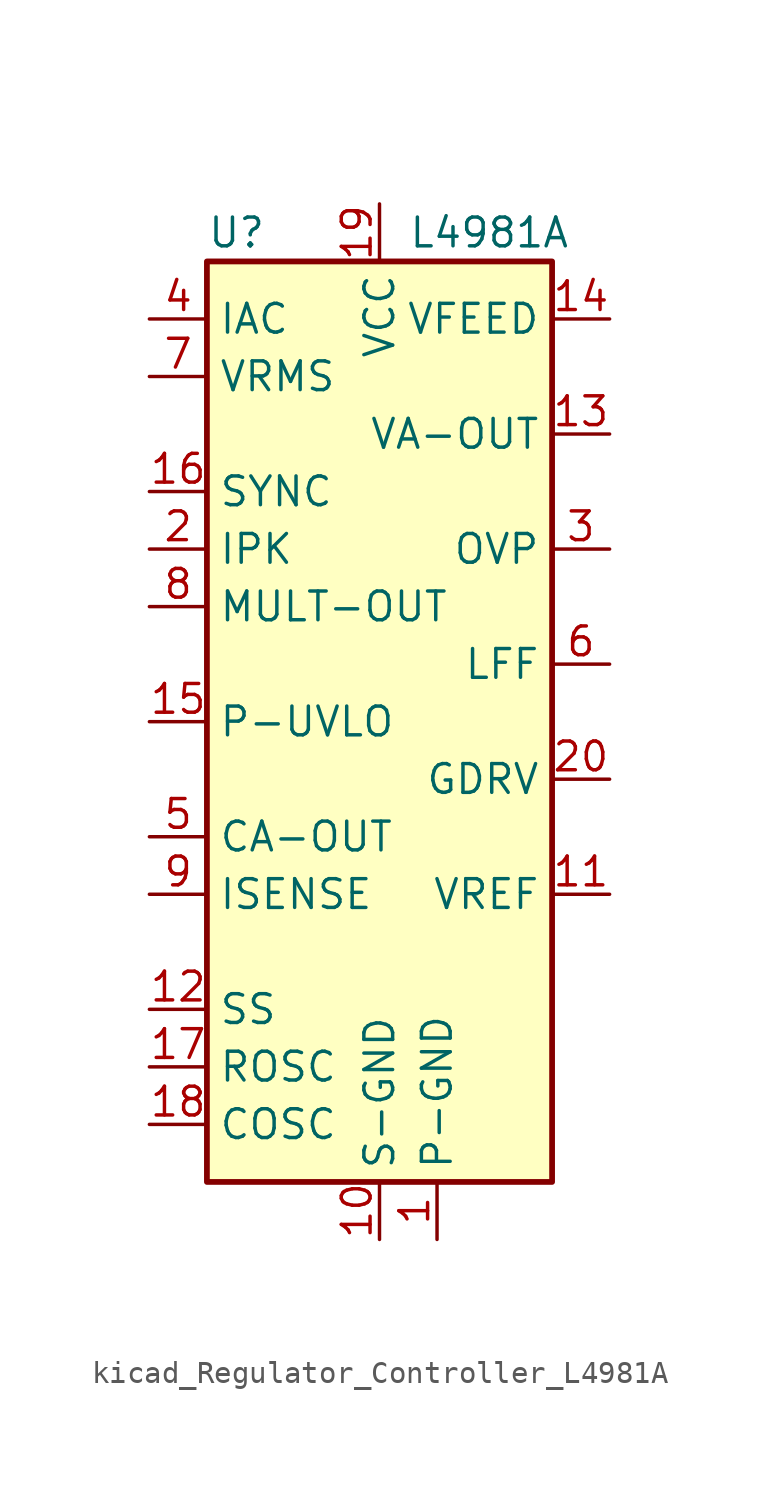
<source format=kicad_sym>
(kicad_symbol_lib
  (version 20220914)
  (generator kicad_symbol_editor)
  (symbol "kicad_Regulator_Controller_L4981A"
    (property "Reference" "U"
      (at -7.62 21.59 0)
      (effects (font (size 1.27 1.27)) (justify left)))
    (property "Value" "L4981A"
      (at 1.27 21.59 0)
      (effects (font (size 1.27 1.27)) (justify left)))
    (symbol "kicad_Regulator_Controller_L4981A_0_0"
      (rectangle (start -7.62 20.32) (end 7.62 -20.32) (stroke (width 0.254) (type default)) (fill (type background))))
    (symbol "kicad_Regulator_Controller_L4981A_1_1"
      (pin power_in line (at 2.54 -22.86 90) (length 2.54) (name "P-GND" (effects (font (size 1.27 1.27)))) (number "1" (effects (font (size 1.27 1.27)))))
      (pin power_in line (at 0 -22.86 90) (length 2.54) (name "S-GND" (effects (font (size 1.27 1.27)))) (number "10" (effects (font (size 1.27 1.27)))))
      (pin output line (at 10.16 -7.62 180) (length 2.54) (name "VREF" (effects (font (size 1.27 1.27)))) (number "11" (effects (font (size 1.27 1.27)))))
      (pin passive line (at -10.16 -12.7 0) (length 2.54) (name "SS" (effects (font (size 1.27 1.27)))) (number "12" (effects (font (size 1.27 1.27)))))
      (pin output line (at 10.16 12.7 180) (length 2.54) (name "VA-OUT" (effects (font (size 1.27 1.27)))) (number "13" (effects (font (size 1.27 1.27)))))
      (pin input line (at 10.16 17.78 180) (length 2.54) (name "VFEED" (effects (font (size 1.27 1.27)))) (number "14" (effects (font (size 1.27 1.27)))))
      (pin input line (at -10.16 0 0) (length 2.54) (name "P-UVLO" (effects (font (size 1.27 1.27)))) (number "15" (effects (font (size 1.27 1.27)))))
      (pin bidirectional line (at -10.16 10.16 0) (length 2.54) (name "SYNC" (effects (font (size 1.27 1.27)))) (number "16" (effects (font (size 1.27 1.27)))))
      (pin passive line (at -10.16 -15.24 0) (length 2.54) (name "ROSC" (effects (font (size 1.27 1.27)))) (number "17" (effects (font (size 1.27 1.27)))))
      (pin passive line (at -10.16 -17.78 0) (length 2.54) (name "COSC" (effects (font (size 1.27 1.27)))) (number "18" (effects (font (size 1.27 1.27)))))
      (pin power_in line (at 0 22.86 270) (length 2.54) (name "VCC" (effects (font (size 1.27 1.27)))) (number "19" (effects (font (size 1.27 1.27)))))
      (pin input line (at -10.16 7.62 0) (length 2.54) (name "IPK" (effects (font (size 1.27 1.27)))) (number "2" (effects (font (size 1.27 1.27)))))
      (pin output line (at 10.16 -2.54 180) (length 2.54) (name "GDRV" (effects (font (size 1.27 1.27)))) (number "20" (effects (font (size 1.27 1.27)))))
      (pin input line (at 10.16 7.62 180) (length 2.54) (name "OVP" (effects (font (size 1.27 1.27)))) (number "3" (effects (font (size 1.27 1.27)))))
      (pin input line (at -10.16 17.78 0) (length 2.54) (name "IAC" (effects (font (size 1.27 1.27)))) (number "4" (effects (font (size 1.27 1.27)))))
      (pin output line (at -10.16 -5.08 0) (length 2.54) (name "CA-OUT" (effects (font (size 1.27 1.27)))) (number "5" (effects (font (size 1.27 1.27)))))
      (pin input line (at 10.16 2.54 180) (length 2.54) (name "LFF" (effects (font (size 1.27 1.27)))) (number "6" (effects (font (size 1.27 1.27)))))
      (pin input line (at -10.16 15.24 0) (length 2.54) (name "VRMS" (effects (font (size 1.27 1.27)))) (number "7" (effects (font (size 1.27 1.27)))))
      (pin output line (at -10.16 5.08 0) (length 2.54) (name "MULT-OUT" (effects (font (size 1.27 1.27)))) (number "8" (effects (font (size 1.27 1.27)))))
      (pin input line (at -10.16 -7.62 0) (length 2.54) (name "ISENSE" (effects (font (size 1.27 1.27)))) (number "9" (effects (font (size 1.27 1.27))))))))
</source>
